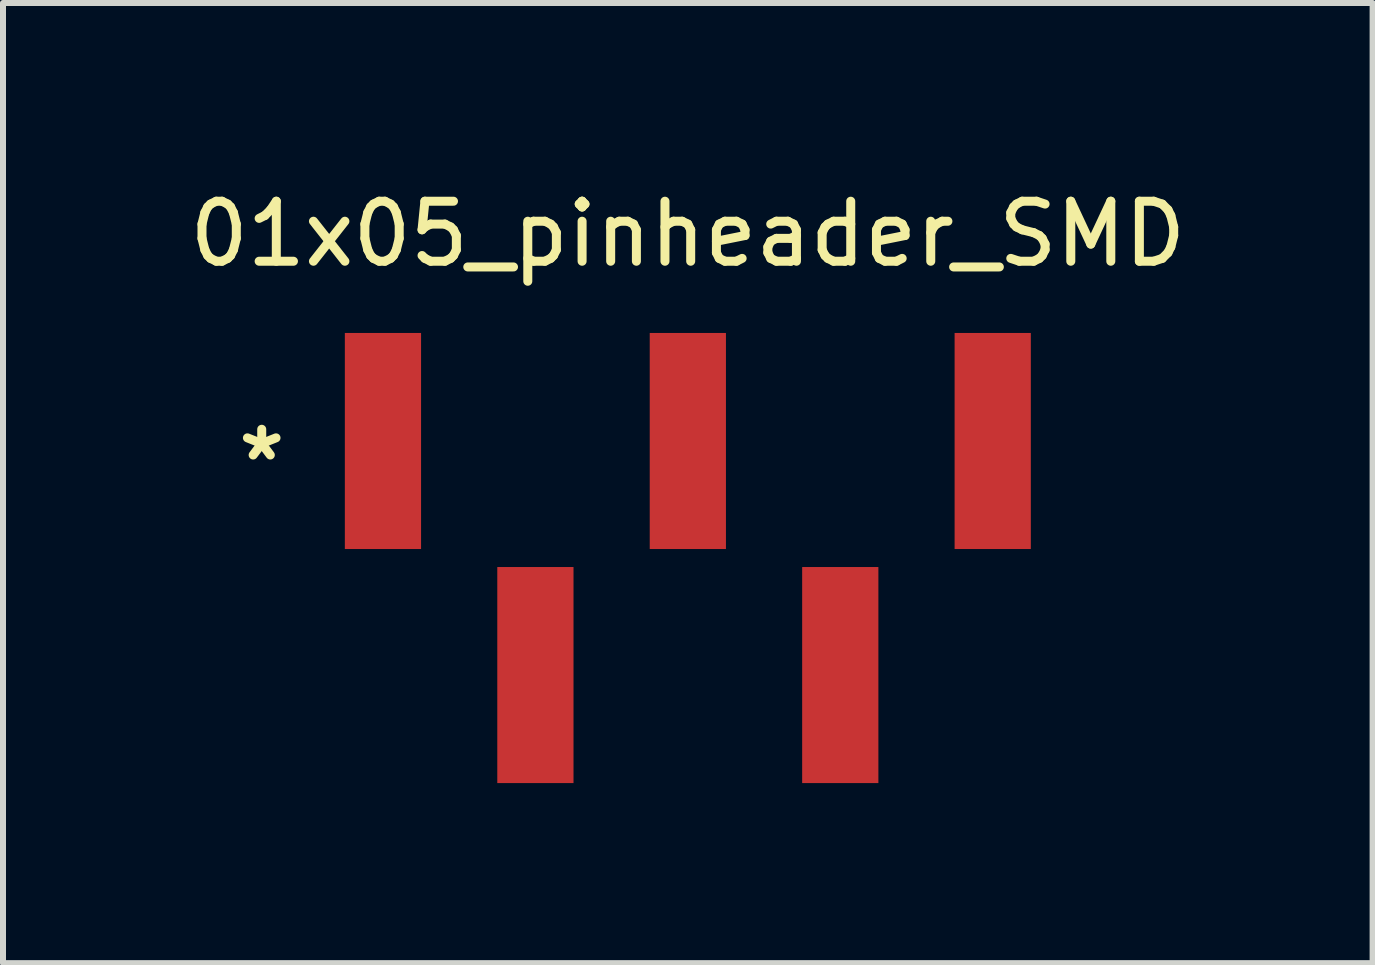
<source format=kicad_pcb>
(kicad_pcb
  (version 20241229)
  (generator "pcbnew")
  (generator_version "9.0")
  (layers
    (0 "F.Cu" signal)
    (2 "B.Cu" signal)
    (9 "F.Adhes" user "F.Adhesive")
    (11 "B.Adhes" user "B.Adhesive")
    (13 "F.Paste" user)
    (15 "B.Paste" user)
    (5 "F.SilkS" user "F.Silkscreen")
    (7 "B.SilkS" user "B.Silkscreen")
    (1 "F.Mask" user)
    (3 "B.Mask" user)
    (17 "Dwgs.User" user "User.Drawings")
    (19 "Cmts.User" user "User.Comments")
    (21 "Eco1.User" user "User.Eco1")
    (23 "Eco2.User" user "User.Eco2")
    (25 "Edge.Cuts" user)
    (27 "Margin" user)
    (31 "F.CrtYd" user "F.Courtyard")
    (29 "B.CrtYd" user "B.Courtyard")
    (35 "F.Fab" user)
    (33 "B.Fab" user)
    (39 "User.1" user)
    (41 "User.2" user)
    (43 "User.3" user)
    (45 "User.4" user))
  (footprint "01x05_pinheader_SMD"
    (layer "F.Cu")
    (at 8.411 6.248)
    (property "Reference" "01x05_pinheader_SMD" (at 0 -5.4 0) (layer "F.SilkS") (effects (font (size 1 1) (thickness 0.15))))
    (attr through_hole)
    (fp_text user "*" (at -7.1 -1.6 0) (layer "F.SilkS") (effects (font (size 1 1) (thickness 0.15))))
    (pad "1" smd rect (at -5.08 -1.95) (size 1.27 3.6) (layers "F.Cu" "F.Mask" "F.Paste"))
    (pad "2" smd rect (at -2.54 1.95) (size 1.27 3.6) (layers "F.Cu" "F.Mask" "F.Paste"))
    (pad "3" smd rect (at 0 -1.95) (size 1.27 3.6) (layers "F.Cu" "F.Mask" "F.Paste"))
    (pad "4" smd rect (at 2.54 1.95) (size 1.27 3.6) (layers "F.Cu" "F.Mask" "F.Paste"))
    (pad "5" smd rect (at 5.08 -1.95) (size 1.27 3.6) (layers "F.Cu" "F.Mask" "F.Paste")))
  (gr_rect
    (start -3 -3)
    (end 19.821 12.998)
    (stroke (width 0.1) (type default))
    (fill no)
    (layer "Edge.Cuts")))
</source>
